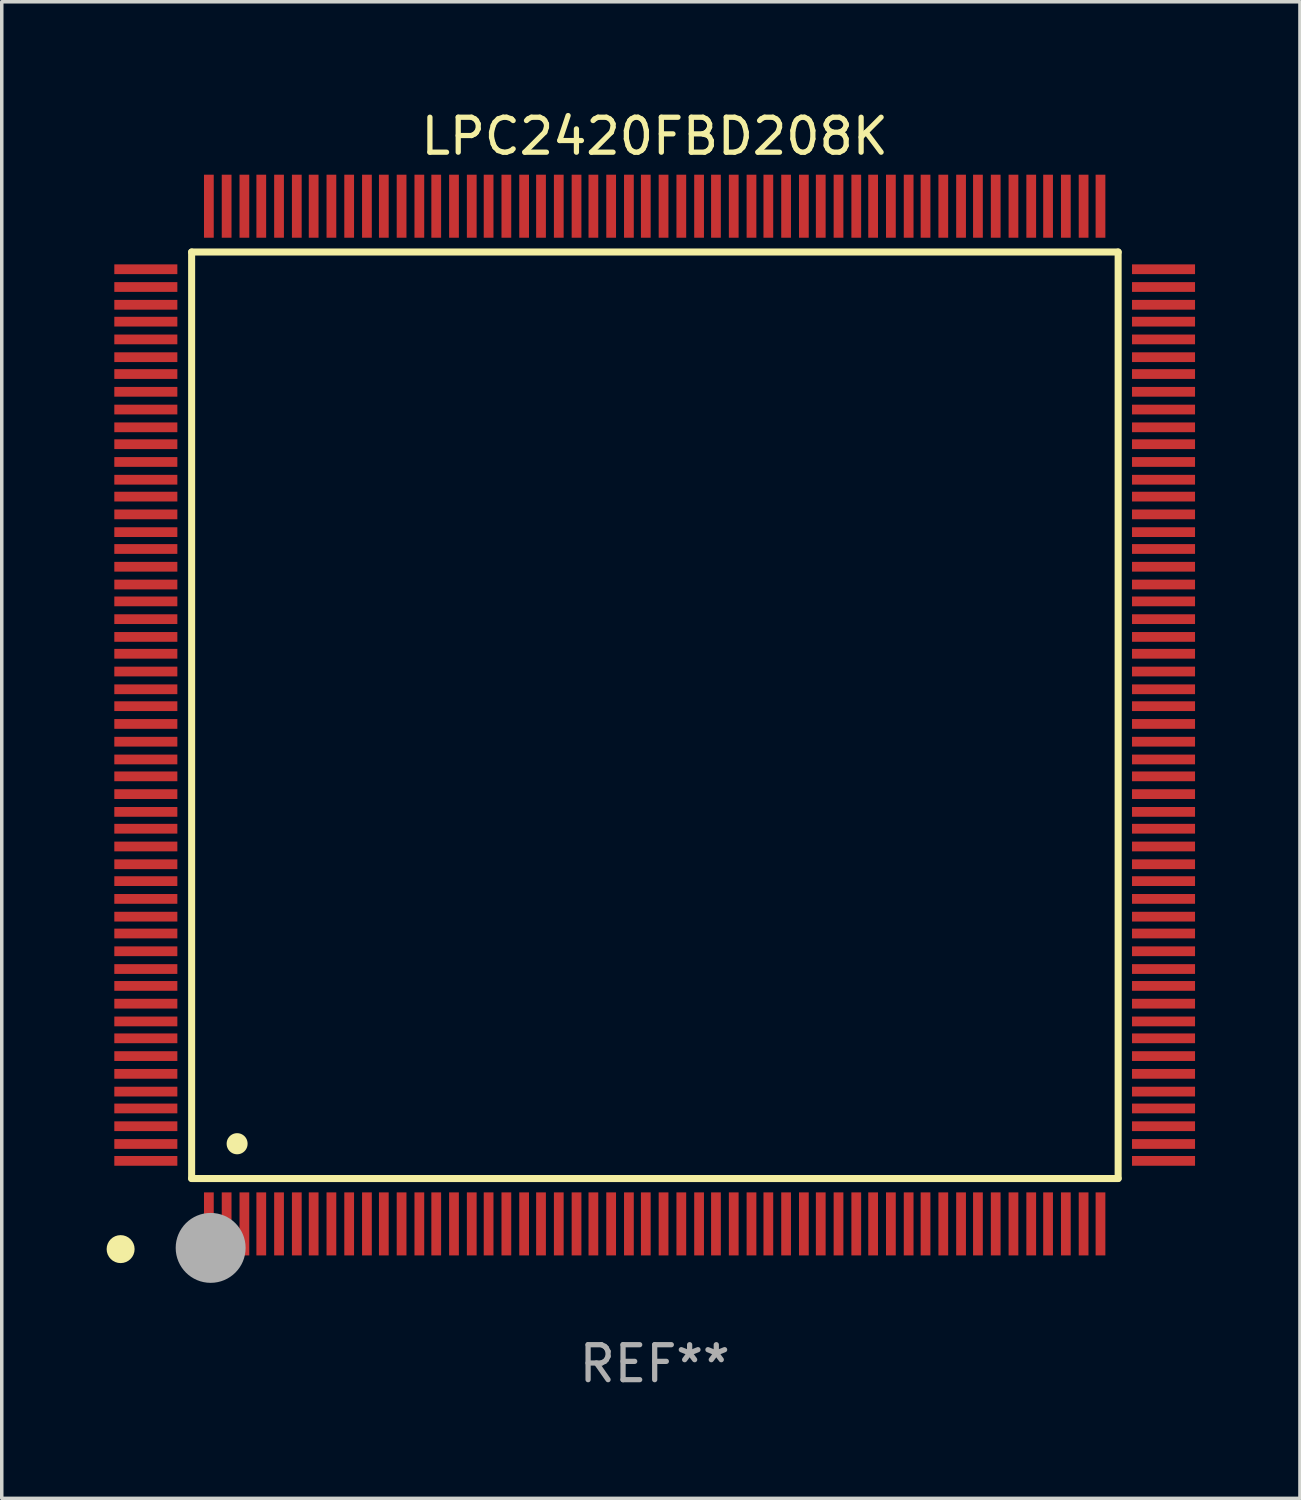
<source format=kicad_pcb>
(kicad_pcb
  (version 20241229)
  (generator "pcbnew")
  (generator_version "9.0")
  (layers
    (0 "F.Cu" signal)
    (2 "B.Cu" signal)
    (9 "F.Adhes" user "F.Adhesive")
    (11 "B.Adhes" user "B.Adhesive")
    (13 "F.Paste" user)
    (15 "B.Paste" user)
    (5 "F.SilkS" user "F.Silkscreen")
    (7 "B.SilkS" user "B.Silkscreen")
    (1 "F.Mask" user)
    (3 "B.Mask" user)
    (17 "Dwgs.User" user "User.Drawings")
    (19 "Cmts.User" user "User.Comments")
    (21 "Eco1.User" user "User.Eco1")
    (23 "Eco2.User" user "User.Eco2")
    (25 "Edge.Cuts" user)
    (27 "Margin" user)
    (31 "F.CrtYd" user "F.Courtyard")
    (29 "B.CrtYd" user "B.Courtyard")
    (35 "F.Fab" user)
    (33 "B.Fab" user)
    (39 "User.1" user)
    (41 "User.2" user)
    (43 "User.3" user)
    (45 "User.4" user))
  (footprint "LPC2420FBD208K"
    (layer "F.Cu")
    (at 15.675 17.402)
    (property "Reference" "LPC2420FBD208K" (at 0 -16.554 0) (layer "F.SilkS") (effects (font (size 1 1) (thickness 0.15))))
    (attr through_hole)
    (fp_line (start -13.244 -13.244) (end -13.244 13.256) (stroke (width 0.201) (type solid)) (layer "F.SilkS"))
    (fp_line (start -13.244 13.256) (end 13.256 13.256) (stroke (width 0.201) (type solid)) (layer "F.SilkS"))
    (fp_line (start 13.256 -13.244) (end -13.244 -13.244) (stroke (width 0.201) (type solid)) (layer "F.SilkS"))
    (fp_line (start 13.256 13.256) (end 13.256 -13.244) (stroke (width 0.201) (type solid)) (layer "F.SilkS"))
    (fp_arc (start -13.268987 14.90983) (mid -13.268992 14.90856) (end -13.268987 14.90729) (stroke (width 0.299721) (type solid)) (layer "F.SilkS"))
    (fp_arc (start -11.943104 12.263145) (mid -11.943115 12.260605) (end -11.943104 12.258065) (stroke (width 0.599441) (type solid)) (layer "F.SilkS"))
    (fp_circle (center -15.275 15.275) (end -15.075 15.275) (stroke (width 0.4) (type solid)) (fill no) (layer "F.SilkS"))
    (fp_circle (center -12.7 15.24) (end -12.2 15.24) (stroke (width 1) (type solid)) (fill no) (layer "F.Fab"))
    (fp_text user "REF**" (at 0 18.554 0) (layer "F.Fab") (effects (font (size 1 1) (thickness 0.15))))
    (pad "1" smd rect (at -12.751 14.554 180) (size 0.279 1.803) (layers "F.Cu" "F.Mask" "F.Paste"))
    (pad "2" smd rect (at -12.243 14.554 180) (size 0.279 1.803) (layers "F.Cu" "F.Mask" "F.Paste"))
    (pad "3" smd rect (at -11.735 14.554 180) (size 0.279 1.803) (layers "F.Cu" "F.Mask" "F.Paste"))
    (pad "4" smd rect (at -11.252 14.554 180) (size 0.279 1.803) (layers "F.Cu" "F.Mask" "F.Paste"))
    (pad "5" smd rect (at -10.744 14.554 180) (size 0.279 1.803) (layers "F.Cu" "F.Mask" "F.Paste"))
    (pad "6" smd rect (at -10.236 14.554 180) (size 0.279 1.803) (layers "F.Cu" "F.Mask" "F.Paste"))
    (pad "7" smd rect (at -9.754 14.554 180) (size 0.279 1.803) (layers "F.Cu" "F.Mask" "F.Paste"))
    (pad "8" smd rect (at -9.246 14.554 180) (size 0.279 1.803) (layers "F.Cu" "F.Mask" "F.Paste"))
    (pad "9" smd rect (at -8.738 14.554 180) (size 0.279 1.803) (layers "F.Cu" "F.Mask" "F.Paste"))
    (pad "10" smd rect (at -8.23 14.554 180) (size 0.279 1.803) (layers "F.Cu" "F.Mask" "F.Paste"))
    (pad "11" smd rect (at -7.747 14.554 180) (size 0.279 1.803) (layers "F.Cu" "F.Mask" "F.Paste"))
    (pad "12" smd rect (at -7.239 14.554 180) (size 0.279 1.803) (layers "F.Cu" "F.Mask" "F.Paste"))
    (pad "13" smd rect (at -6.731 14.554 180) (size 0.279 1.803) (layers "F.Cu" "F.Mask" "F.Paste"))
    (pad "14" smd rect (at -6.248 14.554 180) (size 0.279 1.803) (layers "F.Cu" "F.Mask" "F.Paste"))
    (pad "15" smd rect (at -5.74 14.554 180) (size 0.279 1.803) (layers "F.Cu" "F.Mask" "F.Paste"))
    (pad "16" smd rect (at -5.232 14.554 180) (size 0.279 1.803) (layers "F.Cu" "F.Mask" "F.Paste"))
    (pad "17" smd rect (at -4.75 14.554 180) (size 0.279 1.803) (layers "F.Cu" "F.Mask" "F.Paste"))
    (pad "18" smd rect (at -4.242 14.554 180) (size 0.279 1.803) (layers "F.Cu" "F.Mask" "F.Paste"))
    (pad "19" smd rect (at -3.734 14.554 180) (size 0.279 1.803) (layers "F.Cu" "F.Mask" "F.Paste"))
    (pad "20" smd rect (at -3.251 14.554 180) (size 0.279 1.803) (layers "F.Cu" "F.Mask" "F.Paste"))
    (pad "21" smd rect (at -2.743 14.554 180) (size 0.279 1.803) (layers "F.Cu" "F.Mask" "F.Paste"))
    (pad "22" smd rect (at -2.235 14.554 180) (size 0.279 1.803) (layers "F.Cu" "F.Mask" "F.Paste"))
    (pad "23" smd rect (at -1.753 14.554 180) (size 0.279 1.803) (layers "F.Cu" "F.Mask" "F.Paste"))
    (pad "24" smd rect (at -1.245 14.554 180) (size 0.279 1.803) (layers "F.Cu" "F.Mask" "F.Paste"))
    (pad "25" smd rect (at -0.737 14.554 180) (size 0.279 1.803) (layers "F.Cu" "F.Mask" "F.Paste"))
    (pad "26" smd rect (at -0.254 14.554 180) (size 0.279 1.803) (layers "F.Cu" "F.Mask" "F.Paste"))
    (pad "27" smd rect (at 0.254 14.554 180) (size 0.279 1.803) (layers "F.Cu" "F.Mask" "F.Paste"))
    (pad "28" smd rect (at 0.762 14.554 180) (size 0.279 1.803) (layers "F.Cu" "F.Mask" "F.Paste"))
    (pad "29" smd rect (at 1.27 14.554 180) (size 0.279 1.803) (layers "F.Cu" "F.Mask" "F.Paste"))
    (pad "30" smd rect (at 1.753 14.554 180) (size 0.279 1.803) (layers "F.Cu" "F.Mask" "F.Paste"))
    (pad "31" smd rect (at 2.261 14.554 180) (size 0.279 1.803) (layers "F.Cu" "F.Mask" "F.Paste"))
    (pad "32" smd rect (at 2.769 14.554 180) (size 0.279 1.803) (layers "F.Cu" "F.Mask" "F.Paste"))
    (pad "33" smd rect (at 3.251 14.554 180) (size 0.279 1.803) (layers "F.Cu" "F.Mask" "F.Paste"))
    (pad "34" smd rect (at 3.759 14.554 180) (size 0.279 1.803) (layers "F.Cu" "F.Mask" "F.Paste"))
    (pad "35" smd rect (at 4.267 14.554 180) (size 0.279 1.803) (layers "F.Cu" "F.Mask" "F.Paste"))
    (pad "36" smd rect (at 4.75 14.554 180) (size 0.279 1.803) (layers "F.Cu" "F.Mask" "F.Paste"))
    (pad "37" smd rect (at 5.258 14.554 180) (size 0.279 1.803) (layers "F.Cu" "F.Mask" "F.Paste"))
    (pad "38" smd rect (at 5.766 14.554 180) (size 0.279 1.803) (layers "F.Cu" "F.Mask" "F.Paste"))
    (pad "39" smd rect (at 6.248 14.554 180) (size 0.279 1.803) (layers "F.Cu" "F.Mask" "F.Paste"))
    (pad "40" smd rect (at 6.756 14.554 180) (size 0.279 1.803) (layers "F.Cu" "F.Mask" "F.Paste"))
    (pad "41" smd rect (at 7.264 14.554 180) (size 0.279 1.803) (layers "F.Cu" "F.Mask" "F.Paste"))
    (pad "42" smd rect (at 7.747 14.554 180) (size 0.279 1.803) (layers "F.Cu" "F.Mask" "F.Paste"))
    (pad "43" smd rect (at 8.255 14.554 180) (size 0.279 1.803) (layers "F.Cu" "F.Mask" "F.Paste"))
    (pad "44" smd rect (at 8.763 14.554 180) (size 0.279 1.803) (layers "F.Cu" "F.Mask" "F.Paste"))
    (pad "45" smd rect (at 9.246 14.554 180) (size 0.279 1.803) (layers "F.Cu" "F.Mask" "F.Paste"))
    (pad "46" smd rect (at 9.754 14.554 180) (size 0.279 1.803) (layers "F.Cu" "F.Mask" "F.Paste"))
    (pad "47" smd rect (at 10.262 14.554 180) (size 0.279 1.803) (layers "F.Cu" "F.Mask" "F.Paste"))
    (pad "48" smd rect (at 10.77 14.554 180) (size 0.279 1.803) (layers "F.Cu" "F.Mask" "F.Paste"))
    (pad "49" smd rect (at 11.252 14.554 180) (size 0.279 1.803) (layers "F.Cu" "F.Mask" "F.Paste"))
    (pad "50" smd rect (at 11.76 14.554 180) (size 0.279 1.803) (layers "F.Cu" "F.Mask" "F.Paste"))
    (pad "51" smd rect (at 12.268 14.554 180) (size 0.279 1.803) (layers "F.Cu" "F.Mask" "F.Paste"))
    (pad "52" smd rect (at 12.751 14.554 180) (size 0.279 1.803) (layers "F.Cu" "F.Mask" "F.Paste"))
    (pad "53" smd rect (at 14.554 12.751 90) (size 0.279 1.803) (layers "F.Cu" "F.Mask" "F.Paste"))
    (pad "54" smd rect (at 14.554 12.268 90) (size 0.279 1.803) (layers "F.Cu" "F.Mask" "F.Paste"))
    (pad "55" smd rect (at 14.554 11.76 90) (size 0.279 1.803) (layers "F.Cu" "F.Mask" "F.Paste"))
    (pad "56" smd rect (at 14.554 11.252 90) (size 0.279 1.803) (layers "F.Cu" "F.Mask" "F.Paste"))
    (pad "57" smd rect (at 14.554 10.77 90) (size 0.279 1.803) (layers "F.Cu" "F.Mask" "F.Paste"))
    (pad "58" smd rect (at 14.554 10.262 90) (size 0.279 1.803) (layers "F.Cu" "F.Mask" "F.Paste"))
    (pad "59" smd rect (at 14.554 9.754 90) (size 0.279 1.803) (layers "F.Cu" "F.Mask" "F.Paste"))
    (pad "60" smd rect (at 14.554 9.246 90) (size 0.279 1.803) (layers "F.Cu" "F.Mask" "F.Paste"))
    (pad "61" smd rect (at 14.554 8.763 90) (size 0.279 1.803) (layers "F.Cu" "F.Mask" "F.Paste"))
    (pad "62" smd rect (at 14.554 8.255 90) (size 0.279 1.803) (layers "F.Cu" "F.Mask" "F.Paste"))
    (pad "63" smd rect (at 14.554 7.747 90) (size 0.279 1.803) (layers "F.Cu" "F.Mask" "F.Paste"))
    (pad "64" smd rect (at 14.554 7.264 90) (size 0.279 1.803) (layers "F.Cu" "F.Mask" "F.Paste"))
    (pad "65" smd rect (at 14.554 6.756 90) (size 0.279 1.803) (layers "F.Cu" "F.Mask" "F.Paste"))
    (pad "66" smd rect (at 14.554 6.248 90) (size 0.279 1.803) (layers "F.Cu" "F.Mask" "F.Paste"))
    (pad "67" smd rect (at 14.554 5.766 90) (size 0.279 1.803) (layers "F.Cu" "F.Mask" "F.Paste"))
    (pad "68" smd rect (at 14.554 5.258 90) (size 0.279 1.803) (layers "F.Cu" "F.Mask" "F.Paste"))
    (pad "69" smd rect (at 14.554 4.75 90) (size 0.279 1.803) (layers "F.Cu" "F.Mask" "F.Paste"))
    (pad "70" smd rect (at 14.554 4.267 90) (size 0.279 1.803) (layers "F.Cu" "F.Mask" "F.Paste"))
    (pad "71" smd rect (at 14.554 3.759 90) (size 0.279 1.803) (layers "F.Cu" "F.Mask" "F.Paste"))
    (pad "72" smd rect (at 14.554 3.251 90) (size 0.279 1.803) (layers "F.Cu" "F.Mask" "F.Paste"))
    (pad "73" smd rect (at 14.554 2.769 90) (size 0.279 1.803) (layers "F.Cu" "F.Mask" "F.Paste"))
    (pad "74" smd rect (at 14.554 2.261 90) (size 0.279 1.803) (layers "F.Cu" "F.Mask" "F.Paste"))
    (pad "75" smd rect (at 14.554 1.753 90) (size 0.279 1.803) (layers "F.Cu" "F.Mask" "F.Paste"))
    (pad "76" smd rect (at 14.554 1.27 90) (size 0.279 1.803) (layers "F.Cu" "F.Mask" "F.Paste"))
    (pad "77" smd rect (at 14.554 0.762 90) (size 0.279 1.803) (layers "F.Cu" "F.Mask" "F.Paste"))
    (pad "78" smd rect (at 14.554 0.254 90) (size 0.279 1.803) (layers "F.Cu" "F.Mask" "F.Paste"))
    (pad "79" smd rect (at 14.554 -0.254 90) (size 0.279 1.803) (layers "F.Cu" "F.Mask" "F.Paste"))
    (pad "80" smd rect (at 14.554 -0.737 90) (size 0.279 1.803) (layers "F.Cu" "F.Mask" "F.Paste"))
    (pad "81" smd rect (at 14.554 -1.245 90) (size 0.279 1.803) (layers "F.Cu" "F.Mask" "F.Paste"))
    (pad "82" smd rect (at 14.554 -1.753 90) (size 0.279 1.803) (layers "F.Cu" "F.Mask" "F.Paste"))
    (pad "83" smd rect (at 14.554 -2.235 90) (size 0.279 1.803) (layers "F.Cu" "F.Mask" "F.Paste"))
    (pad "84" smd rect (at 14.554 -2.743 90) (size 0.279 1.803) (layers "F.Cu" "F.Mask" "F.Paste"))
    (pad "85" smd rect (at 14.554 -3.251 90) (size 0.279 1.803) (layers "F.Cu" "F.Mask" "F.Paste"))
    (pad "86" smd rect (at 14.554 -3.734 90) (size 0.279 1.803) (layers "F.Cu" "F.Mask" "F.Paste"))
    (pad "87" smd rect (at 14.554 -4.242 90) (size 0.279 1.803) (layers "F.Cu" "F.Mask" "F.Paste"))
    (pad "88" smd rect (at 14.554 -4.75 90) (size 0.279 1.803) (layers "F.Cu" "F.Mask" "F.Paste"))
    (pad "89" smd rect (at 14.554 -5.232 90) (size 0.279 1.803) (layers "F.Cu" "F.Mask" "F.Paste"))
    (pad "90" smd rect (at 14.554 -5.74 90) (size 0.279 1.803) (layers "F.Cu" "F.Mask" "F.Paste"))
    (pad "91" smd rect (at 14.554 -6.248 90) (size 0.279 1.803) (layers "F.Cu" "F.Mask" "F.Paste"))
    (pad "92" smd rect (at 14.554 -6.731 90) (size 0.279 1.803) (layers "F.Cu" "F.Mask" "F.Paste"))
    (pad "93" smd rect (at 14.554 -7.239 90) (size 0.279 1.803) (layers "F.Cu" "F.Mask" "F.Paste"))
    (pad "94" smd rect (at 14.554 -7.747 90) (size 0.279 1.803) (layers "F.Cu" "F.Mask" "F.Paste"))
    (pad "95" smd rect (at 14.554 -8.23 90) (size 0.279 1.803) (layers "F.Cu" "F.Mask" "F.Paste"))
    (pad "96" smd rect (at 14.554 -8.738 90) (size 0.279 1.803) (layers "F.Cu" "F.Mask" "F.Paste"))
    (pad "97" smd rect (at 14.554 -9.246 90) (size 0.279 1.803) (layers "F.Cu" "F.Mask" "F.Paste"))
    (pad "98" smd rect (at 14.554 -9.754 90) (size 0.279 1.803) (layers "F.Cu" "F.Mask" "F.Paste"))
    (pad "99" smd rect (at 14.554 -10.236 90) (size 0.279 1.803) (layers "F.Cu" "F.Mask" "F.Paste"))
    (pad "100" smd rect (at 14.554 -10.744 90) (size 0.279 1.803) (layers "F.Cu" "F.Mask" "F.Paste"))
    (pad "101" smd rect (at 14.554 -11.252 90) (size 0.279 1.803) (layers "F.Cu" "F.Mask" "F.Paste"))
    (pad "102" smd rect (at 14.554 -11.735 90) (size 0.279 1.803) (layers "F.Cu" "F.Mask" "F.Paste"))
    (pad "103" smd rect (at 14.554 -12.243 90) (size 0.279 1.803) (layers "F.Cu" "F.Mask" "F.Paste"))
    (pad "104" smd rect (at 14.554 -12.751 90) (size 0.279 1.803) (layers "F.Cu" "F.Mask" "F.Paste"))
    (pad "105" smd rect (at 12.751 -14.554 180) (size 0.279 1.803) (layers "F.Cu" "F.Mask" "F.Paste"))
    (pad "106" smd rect (at 12.268 -14.554 180) (size 0.279 1.803) (layers "F.Cu" "F.Mask" "F.Paste"))
    (pad "107" smd rect (at 11.76 -14.554 180) (size 0.279 1.803) (layers "F.Cu" "F.Mask" "F.Paste"))
    (pad "108" smd rect (at 11.252 -14.554 180) (size 0.279 1.803) (layers "F.Cu" "F.Mask" "F.Paste"))
    (pad "109" smd rect (at 10.77 -14.554 180) (size 0.279 1.803) (layers "F.Cu" "F.Mask" "F.Paste"))
    (pad "110" smd rect (at 10.262 -14.554 180) (size 0.279 1.803) (layers "F.Cu" "F.Mask" "F.Paste"))
    (pad "111" smd rect (at 9.754 -14.554 180) (size 0.279 1.803) (layers "F.Cu" "F.Mask" "F.Paste"))
    (pad "112" smd rect (at 9.246 -14.554 180) (size 0.279 1.803) (layers "F.Cu" "F.Mask" "F.Paste"))
    (pad "113" smd rect (at 8.763 -14.554 180) (size 0.279 1.803) (layers "F.Cu" "F.Mask" "F.Paste"))
    (pad "114" smd rect (at 8.255 -14.554 180) (size 0.279 1.803) (layers "F.Cu" "F.Mask" "F.Paste"))
    (pad "115" smd rect (at 7.747 -14.554 180) (size 0.279 1.803) (layers "F.Cu" "F.Mask" "F.Paste"))
    (pad "116" smd rect (at 7.264 -14.554 180) (size 0.279 1.803) (layers "F.Cu" "F.Mask" "F.Paste"))
    (pad "117" smd rect (at 6.756 -14.554 180) (size 0.279 1.803) (layers "F.Cu" "F.Mask" "F.Paste"))
    (pad "118" smd rect (at 6.248 -14.554 180) (size 0.279 1.803) (layers "F.Cu" "F.Mask" "F.Paste"))
    (pad "119" smd rect (at 5.766 -14.554 180) (size 0.279 1.803) (layers "F.Cu" "F.Mask" "F.Paste"))
    (pad "120" smd rect (at 5.258 -14.554 180) (size 0.279 1.803) (layers "F.Cu" "F.Mask" "F.Paste"))
    (pad "121" smd rect (at 4.75 -14.554 180) (size 0.279 1.803) (layers "F.Cu" "F.Mask" "F.Paste"))
    (pad "122" smd rect (at 4.267 -14.554 180) (size 0.279 1.803) (layers "F.Cu" "F.Mask" "F.Paste"))
    (pad "123" smd rect (at 3.759 -14.554 180) (size 0.279 1.803) (layers "F.Cu" "F.Mask" "F.Paste"))
    (pad "124" smd rect (at 3.251 -14.554 180) (size 0.279 1.803) (layers "F.Cu" "F.Mask" "F.Paste"))
    (pad "125" smd rect (at 2.769 -14.554 180) (size 0.279 1.803) (layers "F.Cu" "F.Mask" "F.Paste"))
    (pad "126" smd rect (at 2.261 -14.554 180) (size 0.279 1.803) (layers "F.Cu" "F.Mask" "F.Paste"))
    (pad "127" smd rect (at 1.753 -14.554 180) (size 0.279 1.803) (layers "F.Cu" "F.Mask" "F.Paste"))
    (pad "128" smd rect (at 1.27 -14.554 180) (size 0.279 1.803) (layers "F.Cu" "F.Mask" "F.Paste"))
    (pad "129" smd rect (at 0.762 -14.554 180) (size 0.279 1.803) (layers "F.Cu" "F.Mask" "F.Paste"))
    (pad "130" smd rect (at 0.254 -14.554 180) (size 0.279 1.803) (layers "F.Cu" "F.Mask" "F.Paste"))
    (pad "131" smd rect (at -0.254 -14.554 180) (size 0.279 1.803) (layers "F.Cu" "F.Mask" "F.Paste"))
    (pad "132" smd rect (at -0.737 -14.554 180) (size 0.279 1.803) (layers "F.Cu" "F.Mask" "F.Paste"))
    (pad "133" smd rect (at -1.245 -14.554 180) (size 0.279 1.803) (layers "F.Cu" "F.Mask" "F.Paste"))
    (pad "134" smd rect (at -1.753 -14.554 180) (size 0.279 1.803) (layers "F.Cu" "F.Mask" "F.Paste"))
    (pad "135" smd rect (at -2.235 -14.554 180) (size 0.279 1.803) (layers "F.Cu" "F.Mask" "F.Paste"))
    (pad "136" smd rect (at -2.743 -14.554 180) (size 0.279 1.803) (layers "F.Cu" "F.Mask" "F.Paste"))
    (pad "137" smd rect (at -3.251 -14.554 180) (size 0.279 1.803) (layers "F.Cu" "F.Mask" "F.Paste"))
    (pad "138" smd rect (at -3.734 -14.554 180) (size 0.279 1.803) (layers "F.Cu" "F.Mask" "F.Paste"))
    (pad "139" smd rect (at -4.242 -14.554 180) (size 0.279 1.803) (layers "F.Cu" "F.Mask" "F.Paste"))
    (pad "140" smd rect (at -4.75 -14.554 180) (size 0.279 1.803) (layers "F.Cu" "F.Mask" "F.Paste"))
    (pad "141" smd rect (at -5.232 -14.554 180) (size 0.279 1.803) (layers "F.Cu" "F.Mask" "F.Paste"))
    (pad "142" smd rect (at -5.74 -14.554 180) (size 0.279 1.803) (layers "F.Cu" "F.Mask" "F.Paste"))
    (pad "143" smd rect (at -6.248 -14.554 180) (size 0.279 1.803) (layers "F.Cu" "F.Mask" "F.Paste"))
    (pad "144" smd rect (at -6.731 -14.554 180) (size 0.279 1.803) (layers "F.Cu" "F.Mask" "F.Paste"))
    (pad "145" smd rect (at -7.239 -14.554 180) (size 0.279 1.803) (layers "F.Cu" "F.Mask" "F.Paste"))
    (pad "146" smd rect (at -7.747 -14.554 180) (size 0.279 1.803) (layers "F.Cu" "F.Mask" "F.Paste"))
    (pad "147" smd rect (at -8.23 -14.554 180) (size 0.279 1.803) (layers "F.Cu" "F.Mask" "F.Paste"))
    (pad "148" smd rect (at -8.738 -14.554 180) (size 0.279 1.803) (layers "F.Cu" "F.Mask" "F.Paste"))
    (pad "149" smd rect (at -9.246 -14.554 180) (size 0.279 1.803) (layers "F.Cu" "F.Mask" "F.Paste"))
    (pad "150" smd rect (at -9.754 -14.554 180) (size 0.279 1.803) (layers "F.Cu" "F.Mask" "F.Paste"))
    (pad "151" smd rect (at -10.236 -14.554 180) (size 0.279 1.803) (layers "F.Cu" "F.Mask" "F.Paste"))
    (pad "152" smd rect (at -10.744 -14.554 180) (size 0.279 1.803) (layers "F.Cu" "F.Mask" "F.Paste"))
    (pad "153" smd rect (at -11.252 -14.554 180) (size 0.279 1.803) (layers "F.Cu" "F.Mask" "F.Paste"))
    (pad "154" smd rect (at -11.735 -14.554 180) (size 0.279 1.803) (layers "F.Cu" "F.Mask" "F.Paste"))
    (pad "155" smd rect (at -12.243 -14.554 180) (size 0.279 1.803) (layers "F.Cu" "F.Mask" "F.Paste"))
    (pad "156" smd rect (at -12.751 -14.554 180) (size 0.279 1.803) (layers "F.Cu" "F.Mask" "F.Paste"))
    (pad "157" smd rect (at -14.554 -12.751 90) (size 0.279 1.803) (layers "F.Cu" "F.Mask" "F.Paste"))
    (pad "158" smd rect (at -14.554 -12.243 90) (size 0.279 1.803) (layers "F.Cu" "F.Mask" "F.Paste"))
    (pad "159" smd rect (at -14.554 -11.735 90) (size 0.279 1.803) (layers "F.Cu" "F.Mask" "F.Paste"))
    (pad "160" smd rect (at -14.554 -11.252 90) (size 0.279 1.803) (layers "F.Cu" "F.Mask" "F.Paste"))
    (pad "161" smd rect (at -14.554 -10.744 90) (size 0.279 1.803) (layers "F.Cu" "F.Mask" "F.Paste"))
    (pad "162" smd rect (at -14.554 -10.236 90) (size 0.279 1.803) (layers "F.Cu" "F.Mask" "F.Paste"))
    (pad "163" smd rect (at -14.554 -9.754 90) (size 0.279 1.803) (layers "F.Cu" "F.Mask" "F.Paste"))
    (pad "164" smd rect (at -14.554 -9.246 90) (size 0.279 1.803) (layers "F.Cu" "F.Mask" "F.Paste"))
    (pad "165" smd rect (at -14.554 -8.738 90) (size 0.279 1.803) (layers "F.Cu" "F.Mask" "F.Paste"))
    (pad "166" smd rect (at -14.554 -8.23 90) (size 0.279 1.803) (layers "F.Cu" "F.Mask" "F.Paste"))
    (pad "167" smd rect (at -14.554 -7.747 90) (size 0.279 1.803) (layers "F.Cu" "F.Mask" "F.Paste"))
    (pad "168" smd rect (at -14.554 -7.239 90) (size 0.279 1.803) (layers "F.Cu" "F.Mask" "F.Paste"))
    (pad "169" smd rect (at -14.554 -6.731 90) (size 0.279 1.803) (layers "F.Cu" "F.Mask" "F.Paste"))
    (pad "170" smd rect (at -14.554 -6.248 90) (size 0.279 1.803) (layers "F.Cu" "F.Mask" "F.Paste"))
    (pad "171" smd rect (at -14.554 -5.74 90) (size 0.279 1.803) (layers "F.Cu" "F.Mask" "F.Paste"))
    (pad "172" smd rect (at -14.554 -5.232 90) (size 0.279 1.803) (layers "F.Cu" "F.Mask" "F.Paste"))
    (pad "173" smd rect (at -14.554 -4.75 90) (size 0.279 1.803) (layers "F.Cu" "F.Mask" "F.Paste"))
    (pad "174" smd rect (at -14.554 -4.242 90) (size 0.279 1.803) (layers "F.Cu" "F.Mask" "F.Paste"))
    (pad "175" smd rect (at -14.554 -3.734 90) (size 0.279 1.803) (layers "F.Cu" "F.Mask" "F.Paste"))
    (pad "176" smd rect (at -14.554 -3.251 90) (size 0.279 1.803) (layers "F.Cu" "F.Mask" "F.Paste"))
    (pad "177" smd rect (at -14.554 -2.743 90) (size 0.279 1.803) (layers "F.Cu" "F.Mask" "F.Paste"))
    (pad "178" smd rect (at -14.554 -2.235 90) (size 0.279 1.803) (layers "F.Cu" "F.Mask" "F.Paste"))
    (pad "179" smd rect (at -14.554 -1.753 90) (size 0.279 1.803) (layers "F.Cu" "F.Mask" "F.Paste"))
    (pad "180" smd rect (at -14.554 -1.245 90) (size 0.279 1.803) (layers "F.Cu" "F.Mask" "F.Paste"))
    (pad "181" smd rect (at -14.554 -0.737 90) (size 0.279 1.803) (layers "F.Cu" "F.Mask" "F.Paste"))
    (pad "182" smd rect (at -14.554 -0.254 90) (size 0.279 1.803) (layers "F.Cu" "F.Mask" "F.Paste"))
    (pad "183" smd rect (at -14.554 0.254 90) (size 0.279 1.803) (layers "F.Cu" "F.Mask" "F.Paste"))
    (pad "184" smd rect (at -14.554 0.762 90) (size 0.279 1.803) (layers "F.Cu" "F.Mask" "F.Paste"))
    (pad "185" smd rect (at -14.554 1.27 90) (size 0.279 1.803) (layers "F.Cu" "F.Mask" "F.Paste"))
    (pad "186" smd rect (at -14.554 1.753 90) (size 0.279 1.803) (layers "F.Cu" "F.Mask" "F.Paste"))
    (pad "187" smd rect (at -14.554 2.261 90) (size 0.279 1.803) (layers "F.Cu" "F.Mask" "F.Paste"))
    (pad "188" smd rect (at -14.554 2.769 90) (size 0.279 1.803) (layers "F.Cu" "F.Mask" "F.Paste"))
    (pad "189" smd rect (at -14.554 3.251 90) (size 0.279 1.803) (layers "F.Cu" "F.Mask" "F.Paste"))
    (pad "190" smd rect (at -14.554 3.759 90) (size 0.279 1.803) (layers "F.Cu" "F.Mask" "F.Paste"))
    (pad "191" smd rect (at -14.554 4.267 90) (size 0.279 1.803) (layers "F.Cu" "F.Mask" "F.Paste"))
    (pad "192" smd rect (at -14.554 4.75 90) (size 0.279 1.803) (layers "F.Cu" "F.Mask" "F.Paste"))
    (pad "193" smd rect (at -14.554 5.258 90) (size 0.279 1.803) (layers "F.Cu" "F.Mask" "F.Paste"))
    (pad "194" smd rect (at -14.554 5.766 90) (size 0.279 1.803) (layers "F.Cu" "F.Mask" "F.Paste"))
    (pad "195" smd rect (at -14.554 6.248 90) (size 0.279 1.803) (layers "F.Cu" "F.Mask" "F.Paste"))
    (pad "196" smd rect (at -14.554 6.756 90) (size 0.279 1.803) (layers "F.Cu" "F.Mask" "F.Paste"))
    (pad "197" smd rect (at -14.554 7.264 90) (size 0.279 1.803) (layers "F.Cu" "F.Mask" "F.Paste"))
    (pad "198" smd rect (at -14.554 7.747 90) (size 0.279 1.803) (layers "F.Cu" "F.Mask" "F.Paste"))
    (pad "199" smd rect (at -14.554 8.255 90) (size 0.279 1.803) (layers "F.Cu" "F.Mask" "F.Paste"))
    (pad "200" smd rect (at -14.554 8.763 90) (size 0.279 1.803) (layers "F.Cu" "F.Mask" "F.Paste"))
    (pad "201" smd rect (at -14.554 9.246 90) (size 0.279 1.803) (layers "F.Cu" "F.Mask" "F.Paste"))
    (pad "202" smd rect (at -14.554 9.754 90) (size 0.279 1.803) (layers "F.Cu" "F.Mask" "F.Paste"))
    (pad "203" smd rect (at -14.554 10.262 90) (size 0.279 1.803) (layers "F.Cu" "F.Mask" "F.Paste"))
    (pad "204" smd rect (at -14.554 10.77 90) (size 0.279 1.803) (layers "F.Cu" "F.Mask" "F.Paste"))
    (pad "205" smd rect (at -14.554 11.252 90) (size 0.279 1.803) (layers "F.Cu" "F.Mask" "F.Paste"))
    (pad "206" smd rect (at -14.554 11.76 90) (size 0.279 1.803) (layers "F.Cu" "F.Mask" "F.Paste"))
    (pad "207" smd rect (at -14.554 12.268 90) (size 0.279 1.803) (layers "F.Cu" "F.Mask" "F.Paste"))
    (pad "208" smd rect (at -14.554 12.751 90) (size 0.279 1.803) (layers "F.Cu" "F.Mask" "F.Paste")))
  (gr_rect
    (start -3 -3)
    (end 34.131 39.805)
    (stroke (width 0.1) (type default))
    (fill no)
    (layer "Edge.Cuts")))
</source>
